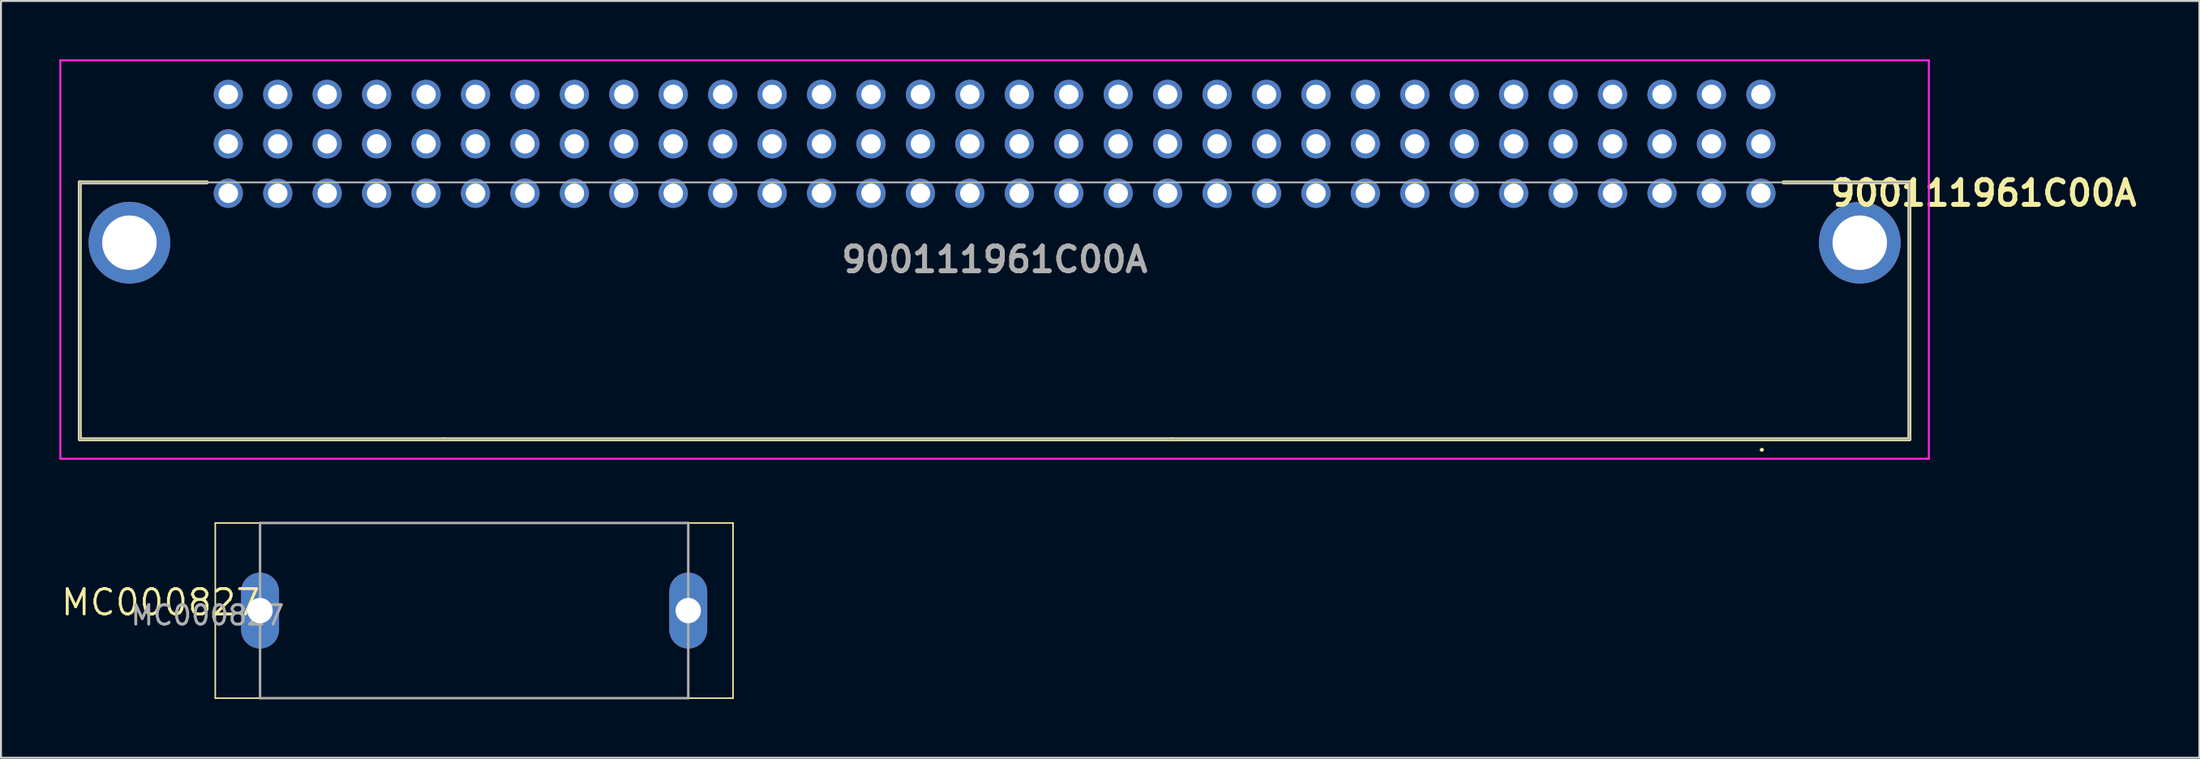
<source format=kicad_pcb>
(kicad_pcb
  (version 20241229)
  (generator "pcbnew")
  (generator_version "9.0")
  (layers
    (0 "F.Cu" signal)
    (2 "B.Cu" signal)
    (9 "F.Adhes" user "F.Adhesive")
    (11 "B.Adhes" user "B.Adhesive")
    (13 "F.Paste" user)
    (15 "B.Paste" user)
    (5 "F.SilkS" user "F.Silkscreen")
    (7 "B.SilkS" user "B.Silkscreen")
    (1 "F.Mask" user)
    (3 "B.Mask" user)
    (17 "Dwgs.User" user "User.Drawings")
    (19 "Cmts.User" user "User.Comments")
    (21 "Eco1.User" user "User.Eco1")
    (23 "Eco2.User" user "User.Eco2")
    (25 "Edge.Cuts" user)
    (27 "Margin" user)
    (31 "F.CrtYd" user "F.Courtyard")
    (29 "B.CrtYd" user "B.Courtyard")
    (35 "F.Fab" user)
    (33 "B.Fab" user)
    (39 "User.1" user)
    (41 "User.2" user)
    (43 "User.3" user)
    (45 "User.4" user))
  (footprint "MC000827"
    (layer "F.Cu")
    (at 10.311 23.82)
    (property "Reference" "MC000827" (at -5.109 4.079 0) (layer "F.SilkS") (effects (font (size 1.3 1.3) (thickness 0.15))))
    (attr through_hole)
    (fp_line (start -2.3 0) (end 24.3 0) (stroke (width 0.076) (type solid)) (layer "F.SilkS"))
    (fp_line (start -2.3 9) (end -2.3 0) (stroke (width 0.076) (type solid)) (layer "F.SilkS"))
    (fp_line (start 24.3 0) (end 24.3 9) (stroke (width 0.076) (type solid)) (layer "F.SilkS"))
    (fp_line (start 24.3 9) (end -2.3 9) (stroke (width 0.076) (type solid)) (layer "F.SilkS"))
    (fp_line (start 0 0) (end 22 0) (stroke (width 0.127) (type solid)) (layer "F.Fab"))
    (fp_line (start 0 9) (end 0 0) (stroke (width 0.127) (type solid)) (layer "F.Fab"))
    (fp_line (start 22 0) (end 22 9) (stroke (width 0.127) (type solid)) (layer "F.Fab"))
    (fp_line (start 22 9) (end 0 9) (stroke (width 0.127) (type solid)) (layer "F.Fab"))
    (fp_text user "${REFERENCE}" (at -2.696 4.74 0) (unlocked yes) (layer "F.Fab") (effects (font (size 1 1) (thickness 0.15))))
    (pad "P$1" thru_hole oval (at 22 4.5) (size 1.95 3.9) (drill 1.3) (layers "*.Cu" "*.Mask"))
    (pad "P$2" thru_hole oval (at 0 4.5) (size 1.95 3.9) (drill 1.3) (layers "*.Cu" "*.Mask")))
  (footprint "900111961C00A"
    (layer "F.Cu")
    (at 87.42 6.88)
    (property "Reference" "900111961C00A" (at 11.442 -0.005 0) (layer "F.SilkS") (effects (font (size 1.27 1.27) (thickness 0.254))))
    (attr through_hole)
    (fp_line (start -86.37 -0.56) (end -79.84 -0.56) (stroke (width 0.2) (type solid)) (layer "F.SilkS"))
    (fp_line (start -86.37 12.64) (end -86.37 -0.56) (stroke (width 0.2) (type solid)) (layer "F.SilkS"))
    (fp_line (start -67.64 12.64) (end -86.37 12.64) (stroke (width 0.2) (type solid)) (layer "F.SilkS"))
    (fp_line (start -30.24 12.64) (end -67.64 12.64) (stroke (width 0.2) (type solid)) (layer "F.SilkS"))
    (fp_line (start 0 13.18) (end 0 13.18) (stroke (width 0.1) (type solid)) (layer "F.SilkS"))
    (fp_line (start 0.1 13.18) (end 0.1 13.18) (stroke (width 0.1) (type solid)) (layer "F.SilkS"))
    (fp_line (start 1.16 -0.56) (end 7.63 -0.56) (stroke (width 0.2) (type solid)) (layer "F.SilkS"))
    (fp_line (start 7.63 -0.56) (end 7.63 12.64) (stroke (width 0.2) (type solid)) (layer "F.SilkS"))
    (fp_line (start 7.63 12.64) (end -30.24 12.64) (stroke (width 0.2) (type solid)) (layer "F.SilkS"))
    (fp_arc (start 0 13.18) (mid 0.05 13.13) (end 0.1 13.18) (stroke (width 0.1) (type solid)) (layer "F.SilkS"))
    (fp_arc (start 0.1 13.18) (mid 0.05 13.23) (end 0 13.18) (stroke (width 0.1) (type solid)) (layer "F.SilkS"))
    (fp_line (start -87.37 -6.83) (end 8.63 -6.83) (stroke (width 0.1) (type solid)) (layer "F.CrtYd"))
    (fp_line (start -87.37 13.64) (end -87.37 -6.83) (stroke (width 0.1) (type solid)) (layer "F.CrtYd"))
    (fp_line (start 8.63 -6.83) (end 8.63 13.64) (stroke (width 0.1) (type solid)) (layer "F.CrtYd"))
    (fp_line (start 8.63 13.64) (end -87.37 13.64) (stroke (width 0.1) (type solid)) (layer "F.CrtYd"))
    (fp_line (start -86.37 -0.56) (end 7.63 -0.56) (stroke (width 0.1) (type solid)) (layer "F.Fab"))
    (fp_line (start -86.37 12.64) (end -86.37 -0.56) (stroke (width 0.1) (type solid)) (layer "F.Fab"))
    (fp_line (start 7.63 -0.56) (end 7.63 12.64) (stroke (width 0.1) (type solid)) (layer "F.Fab"))
    (fp_line (start 7.63 12.64) (end -86.37 12.64) (stroke (width 0.1) (type solid)) (layer "F.Fab"))
    (fp_text user "${REFERENCE}" (at -39.37 3.405 0) (layer "F.Fab") (effects (font (size 1.27 1.27) (thickness 0.254))))
    (pad "A1" thru_hole circle (at 0 0) (size 1.5 1.5) (drill 1) (layers "*.Cu" "*.Mask"))
    (pad "A2" thru_hole circle (at -2.54 0) (size 1.5 1.5) (drill 1) (layers "*.Cu" "*.Mask"))
    (pad "A3" thru_hole circle (at -5.08 0) (size 1.5 1.5) (drill 1) (layers "*.Cu" "*.Mask"))
    (pad "A4" thru_hole circle (at -7.62 0) (size 1.5 1.5) (drill 1) (layers "*.Cu" "*.Mask"))
    (pad "A5" thru_hole circle (at -10.16 0) (size 1.5 1.5) (drill 1) (layers "*.Cu" "*.Mask"))
    (pad "A6" thru_hole circle (at -12.7 0) (size 1.5 1.5) (drill 1) (layers "*.Cu" "*.Mask"))
    (pad "A7" thru_hole circle (at -15.24 0) (size 1.5 1.5) (drill 1) (layers "*.Cu" "*.Mask"))
    (pad "A8" thru_hole circle (at -17.78 0) (size 1.5 1.5) (drill 1) (layers "*.Cu" "*.Mask"))
    (pad "A9" thru_hole circle (at -20.32 0) (size 1.5 1.5) (drill 1) (layers "*.Cu" "*.Mask"))
    (pad "A10" thru_hole circle (at -22.86 0) (size 1.5 1.5) (drill 1) (layers "*.Cu" "*.Mask"))
    (pad "A11" thru_hole circle (at -25.4 0) (size 1.5 1.5) (drill 1) (layers "*.Cu" "*.Mask"))
    (pad "A12" thru_hole circle (at -27.94 0) (size 1.5 1.5) (drill 1) (layers "*.Cu" "*.Mask"))
    (pad "A13" thru_hole circle (at -30.48 0) (size 1.5 1.5) (drill 1) (layers "*.Cu" "*.Mask"))
    (pad "A14" thru_hole circle (at -33.02 0) (size 1.5 1.5) (drill 1) (layers "*.Cu" "*.Mask"))
    (pad "A15" thru_hole circle (at -35.56 0) (size 1.5 1.5) (drill 1) (layers "*.Cu" "*.Mask"))
    (pad "A16" thru_hole circle (at -38.1 0) (size 1.5 1.5) (drill 1) (layers "*.Cu" "*.Mask"))
    (pad "A17" thru_hole circle (at -40.64 0) (size 1.5 1.5) (drill 1) (layers "*.Cu" "*.Mask"))
    (pad "A18" thru_hole circle (at -43.18 0) (size 1.5 1.5) (drill 1) (layers "*.Cu" "*.Mask"))
    (pad "A19" thru_hole circle (at -45.72 0) (size 1.5 1.5) (drill 1) (layers "*.Cu" "*.Mask"))
    (pad "A20" thru_hole circle (at -48.26 0) (size 1.5 1.5) (drill 1) (layers "*.Cu" "*.Mask"))
    (pad "A21" thru_hole circle (at -50.8 0) (size 1.5 1.5) (drill 1) (layers "*.Cu" "*.Mask"))
    (pad "A22" thru_hole circle (at -53.34 0) (size 1.5 1.5) (drill 1) (layers "*.Cu" "*.Mask"))
    (pad "A23" thru_hole circle (at -55.88 0) (size 1.5 1.5) (drill 1) (layers "*.Cu" "*.Mask"))
    (pad "A24" thru_hole circle (at -58.42 0) (size 1.5 1.5) (drill 1) (layers "*.Cu" "*.Mask"))
    (pad "A25" thru_hole circle (at -60.96 0) (size 1.5 1.5) (drill 1) (layers "*.Cu" "*.Mask"))
    (pad "A26" thru_hole circle (at -63.5 0) (size 1.5 1.5) (drill 1) (layers "*.Cu" "*.Mask"))
    (pad "A27" thru_hole circle (at -66.04 0) (size 1.5 1.5) (drill 1) (layers "*.Cu" "*.Mask"))
    (pad "A28" thru_hole circle (at -68.58 0) (size 1.5 1.5) (drill 1) (layers "*.Cu" "*.Mask"))
    (pad "A29" thru_hole circle (at -71.12 0) (size 1.5 1.5) (drill 1) (layers "*.Cu" "*.Mask"))
    (pad "A30" thru_hole circle (at -73.66 0) (size 1.5 1.5) (drill 1) (layers "*.Cu" "*.Mask"))
    (pad "A31" thru_hole circle (at -76.2 0) (size 1.5 1.5) (drill 1) (layers "*.Cu" "*.Mask"))
    (pad "A32" thru_hole circle (at -78.74 0) (size 1.5 1.5) (drill 1) (layers "*.Cu" "*.Mask"))
    (pad "B1" thru_hole circle (at 0 -2.54) (size 1.5 1.5) (drill 1) (layers "*.Cu" "*.Mask"))
    (pad "B2" thru_hole circle (at -2.54 -2.54) (size 1.5 1.5) (drill 1) (layers "*.Cu" "*.Mask"))
    (pad "B3" thru_hole circle (at -5.08 -2.54) (size 1.5 1.5) (drill 1) (layers "*.Cu" "*.Mask"))
    (pad "B4" thru_hole circle (at -7.62 -2.54) (size 1.5 1.5) (drill 1) (layers "*.Cu" "*.Mask"))
    (pad "B5" thru_hole circle (at -10.16 -2.54) (size 1.5 1.5) (drill 1) (layers "*.Cu" "*.Mask"))
    (pad "B6" thru_hole circle (at -12.7 -2.54) (size 1.5 1.5) (drill 1) (layers "*.Cu" "*.Mask"))
    (pad "B7" thru_hole circle (at -15.24 -2.54) (size 1.5 1.5) (drill 1) (layers "*.Cu" "*.Mask"))
    (pad "B8" thru_hole circle (at -17.78 -2.54) (size 1.5 1.5) (drill 1) (layers "*.Cu" "*.Mask"))
    (pad "B9" thru_hole circle (at -20.32 -2.54) (size 1.5 1.5) (drill 1) (layers "*.Cu" "*.Mask"))
    (pad "B10" thru_hole circle (at -22.86 -2.54) (size 1.5 1.5) (drill 1) (layers "*.Cu" "*.Mask"))
    (pad "B11" thru_hole circle (at -25.4 -2.54) (size 1.5 1.5) (drill 1) (layers "*.Cu" "*.Mask"))
    (pad "B12" thru_hole circle (at -27.94 -2.54) (size 1.5 1.5) (drill 1) (layers "*.Cu" "*.Mask"))
    (pad "B13" thru_hole circle (at -30.48 -2.54) (size 1.5 1.5) (drill 1) (layers "*.Cu" "*.Mask"))
    (pad "B14" thru_hole circle (at -33.02 -2.54) (size 1.5 1.5) (drill 1) (layers "*.Cu" "*.Mask"))
    (pad "B15" thru_hole circle (at -35.56 -2.54) (size 1.5 1.5) (drill 1) (layers "*.Cu" "*.Mask"))
    (pad "B16" thru_hole circle (at -38.1 -2.54) (size 1.5 1.5) (drill 1) (layers "*.Cu" "*.Mask"))
    (pad "B17" thru_hole circle (at -40.64 -2.54) (size 1.5 1.5) (drill 1) (layers "*.Cu" "*.Mask"))
    (pad "B18" thru_hole circle (at -43.18 -2.54) (size 1.5 1.5) (drill 1) (layers "*.Cu" "*.Mask"))
    (pad "B19" thru_hole circle (at -45.72 -2.54) (size 1.5 1.5) (drill 1) (layers "*.Cu" "*.Mask"))
    (pad "B20" thru_hole circle (at -48.26 -2.54) (size 1.5 1.5) (drill 1) (layers "*.Cu" "*.Mask"))
    (pad "B21" thru_hole circle (at -50.8 -2.54) (size 1.5 1.5) (drill 1) (layers "*.Cu" "*.Mask"))
    (pad "B22" thru_hole circle (at -53.34 -2.54) (size 1.5 1.5) (drill 1) (layers "*.Cu" "*.Mask"))
    (pad "B23" thru_hole circle (at -55.88 -2.54) (size 1.5 1.5) (drill 1) (layers "*.Cu" "*.Mask"))
    (pad "B24" thru_hole circle (at -58.42 -2.54) (size 1.5 1.5) (drill 1) (layers "*.Cu" "*.Mask"))
    (pad "B25" thru_hole circle (at -60.96 -2.54) (size 1.5 1.5) (drill 1) (layers "*.Cu" "*.Mask"))
    (pad "B26" thru_hole circle (at -63.5 -2.54) (size 1.5 1.5) (drill 1) (layers "*.Cu" "*.Mask"))
    (pad "B27" thru_hole circle (at -66.04 -2.54) (size 1.5 1.5) (drill 1) (layers "*.Cu" "*.Mask"))
    (pad "B28" thru_hole circle (at -68.58 -2.54) (size 1.5 1.5) (drill 1) (layers "*.Cu" "*.Mask"))
    (pad "B29" thru_hole circle (at -71.12 -2.54) (size 1.5 1.5) (drill 1) (layers "*.Cu" "*.Mask"))
    (pad "B30" thru_hole circle (at -73.66 -2.54) (size 1.5 1.5) (drill 1) (layers "*.Cu" "*.Mask"))
    (pad "B31" thru_hole circle (at -76.2 -2.54) (size 1.5 1.5) (drill 1) (layers "*.Cu" "*.Mask"))
    (pad "B32" thru_hole circle (at -78.74 -2.54) (size 1.5 1.5) (drill 1) (layers "*.Cu" "*.Mask"))
    (pad "C1" thru_hole circle (at 0 -5.08) (size 1.5 1.5) (drill 1) (layers "*.Cu" "*.Mask"))
    (pad "C2" thru_hole circle (at -2.54 -5.08) (size 1.5 1.5) (drill 1) (layers "*.Cu" "*.Mask"))
    (pad "C3" thru_hole circle (at -5.08 -5.08) (size 1.5 1.5) (drill 1) (layers "*.Cu" "*.Mask"))
    (pad "C4" thru_hole circle (at -7.62 -5.08) (size 1.5 1.5) (drill 1) (layers "*.Cu" "*.Mask"))
    (pad "C5" thru_hole circle (at -10.16 -5.08) (size 1.5 1.5) (drill 1) (layers "*.Cu" "*.Mask"))
    (pad "C6" thru_hole circle (at -12.7 -5.08) (size 1.5 1.5) (drill 1) (layers "*.Cu" "*.Mask"))
    (pad "C7" thru_hole circle (at -15.24 -5.08) (size 1.5 1.5) (drill 1) (layers "*.Cu" "*.Mask"))
    (pad "C8" thru_hole circle (at -17.78 -5.08) (size 1.5 1.5) (drill 1) (layers "*.Cu" "*.Mask"))
    (pad "C9" thru_hole circle (at -20.32 -5.08) (size 1.5 1.5) (drill 1) (layers "*.Cu" "*.Mask"))
    (pad "C10" thru_hole circle (at -22.86 -5.08) (size 1.5 1.5) (drill 1) (layers "*.Cu" "*.Mask"))
    (pad "C11" thru_hole circle (at -25.4 -5.08) (size 1.5 1.5) (drill 1) (layers "*.Cu" "*.Mask"))
    (pad "C12" thru_hole circle (at -27.94 -5.08) (size 1.5 1.5) (drill 1) (layers "*.Cu" "*.Mask"))
    (pad "C13" thru_hole circle (at -30.48 -5.08) (size 1.5 1.5) (drill 1) (layers "*.Cu" "*.Mask"))
    (pad "C14" thru_hole circle (at -33.02 -5.08) (size 1.5 1.5) (drill 1) (layers "*.Cu" "*.Mask"))
    (pad "C15" thru_hole circle (at -35.56 -5.08) (size 1.5 1.5) (drill 1) (layers "*.Cu" "*.Mask"))
    (pad "C16" thru_hole circle (at -38.1 -5.08) (size 1.5 1.5) (drill 1) (layers "*.Cu" "*.Mask"))
    (pad "C17" thru_hole circle (at -40.64 -5.08) (size 1.5 1.5) (drill 1) (layers "*.Cu" "*.Mask"))
    (pad "C18" thru_hole circle (at -43.18 -5.08) (size 1.5 1.5) (drill 1) (layers "*.Cu" "*.Mask"))
    (pad "C19" thru_hole circle (at -45.72 -5.08) (size 1.5 1.5) (drill 1) (layers "*.Cu" "*.Mask"))
    (pad "C20" thru_hole circle (at -48.26 -5.08) (size 1.5 1.5) (drill 1) (layers "*.Cu" "*.Mask"))
    (pad "C21" thru_hole circle (at -50.8 -5.08) (size 1.5 1.5) (drill 1) (layers "*.Cu" "*.Mask"))
    (pad "C22" thru_hole circle (at -53.34 -5.08) (size 1.5 1.5) (drill 1) (layers "*.Cu" "*.Mask"))
    (pad "C23" thru_hole circle (at -55.88 -5.08) (size 1.5 1.5) (drill 1) (layers "*.Cu" "*.Mask"))
    (pad "C24" thru_hole circle (at -58.42 -5.08) (size 1.5 1.5) (drill 1) (layers "*.Cu" "*.Mask"))
    (pad "C25" thru_hole circle (at -60.96 -5.08) (size 1.5 1.5) (drill 1) (layers "*.Cu" "*.Mask"))
    (pad "C26" thru_hole circle (at -63.5 -5.08) (size 1.5 1.5) (drill 1) (layers "*.Cu" "*.Mask"))
    (pad "C27" thru_hole circle (at -66.04 -5.08) (size 1.5 1.5) (drill 1) (layers "*.Cu" "*.Mask"))
    (pad "C28" thru_hole circle (at -68.58 -5.08) (size 1.5 1.5) (drill 1) (layers "*.Cu" "*.Mask"))
    (pad "C29" thru_hole circle (at -71.12 -5.08) (size 1.5 1.5) (drill 1) (layers "*.Cu" "*.Mask"))
    (pad "C30" thru_hole circle (at -73.66 -5.08) (size 1.5 1.5) (drill 1) (layers "*.Cu" "*.Mask"))
    (pad "C31" thru_hole circle (at -76.2 -5.08) (size 1.5 1.5) (drill 1) (layers "*.Cu" "*.Mask"))
    (pad "C32" thru_hole circle (at -78.74 -5.08) (size 1.5 1.5) (drill 1) (layers "*.Cu" "*.Mask"))
    (pad "MH1" thru_hole circle (at 5.08 2.54) (size 4.2 4.2) (drill 2.8) (layers "*.Cu" "*.Mask"))
    (pad "MH2" thru_hole circle (at -83.82 2.54) (size 4.2 4.2) (drill 2.8) (layers "*.Cu" "*.Mask")))
  (gr_rect
    (start -3 -3)
    (end 109.948 35.883)
    (stroke (width 0.1) (type default))
    (fill no)
    (layer "Edge.Cuts")))
</source>
